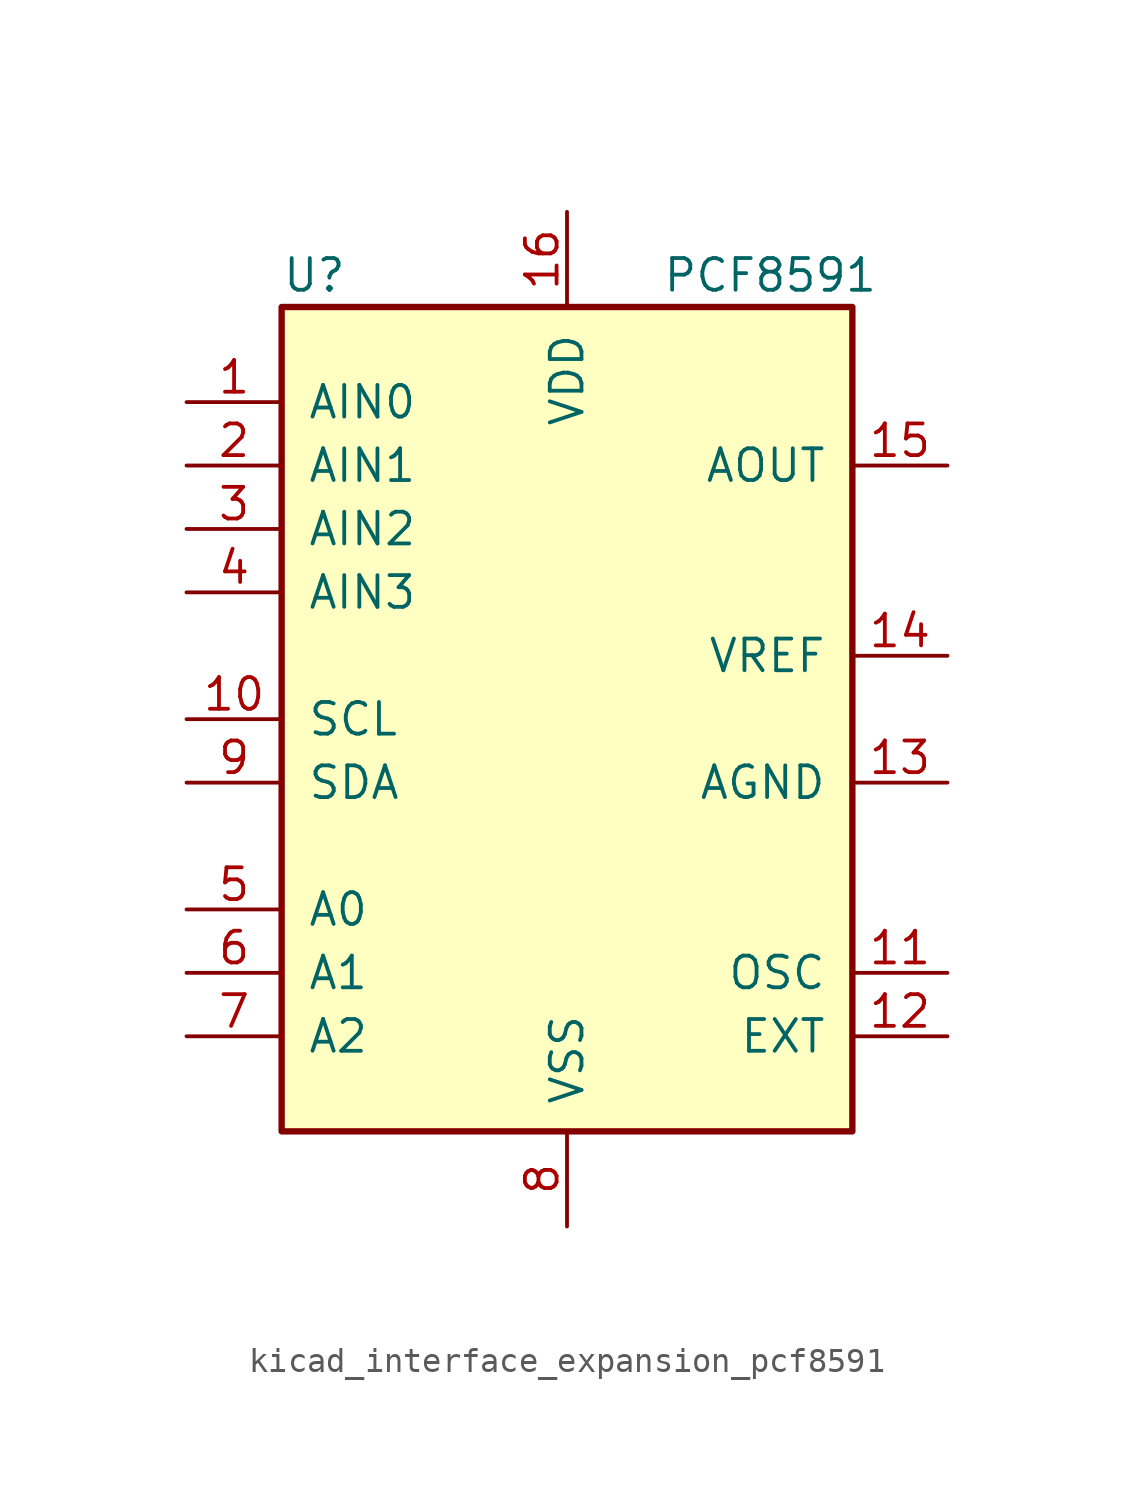
<source format=kicad_sym>
(kicad_symbol_lib
  (version 20220914)
  (generator kicad_symbol_editor)
  (symbol "kicad_interface_expansion_pcf8591"
    (pin_names
      (offset 1.016))
    (property "Reference" "U"
      (at -11.43 17.78 0)
      (effects (font (size 1.27 1.27)) (justify left)))
    (property "Value" "PCF8591"
      (at 3.81 17.78 0)
      (effects (font (size 1.27 1.27)) (justify left)))
    (symbol "kicad_interface_expansion_pcf8591_0_1"
      (rectangle (start -11.43 -16.51) (end 11.43 16.51) (stroke (width 0.254) (type default)) (fill (type background))))
    (symbol "kicad_interface_expansion_pcf8591_1_1"
      (pin passive line (at -15.24 12.7 0) (length 3.81) (name "AIN0" (effects (font (size 1.27 1.27)))) (number "1" (effects (font (size 1.27 1.27)))))
      (pin input line (at -15.24 0 0) (length 3.81) (name "SCL" (effects (font (size 1.27 1.27)))) (number "10" (effects (font (size 1.27 1.27)))))
      (pin bidirectional line (at 15.24 -10.16 180) (length 3.81) (name "OSC" (effects (font (size 1.27 1.27)))) (number "11" (effects (font (size 1.27 1.27)))))
      (pin input line (at 15.24 -12.7 180) (length 3.81) (name "EXT" (effects (font (size 1.27 1.27)))) (number "12" (effects (font (size 1.27 1.27)))))
      (pin power_out line (at 15.24 -2.54 180) (length 3.81) (name "AGND" (effects (font (size 1.27 1.27)))) (number "13" (effects (font (size 1.27 1.27)))))
      (pin passive line (at 15.24 2.54 180) (length 3.81) (name "VREF" (effects (font (size 1.27 1.27)))) (number "14" (effects (font (size 1.27 1.27)))))
      (pin passive line (at 15.24 10.16 180) (length 3.81) (name "AOUT" (effects (font (size 1.27 1.27)))) (number "15" (effects (font (size 1.27 1.27)))))
      (pin power_in line (at 0 20.32 270) (length 3.81) (name "VDD" (effects (font (size 1.27 1.27)))) (number "16" (effects (font (size 1.27 1.27)))))
      (pin passive line (at -15.24 10.16 0) (length 3.81) (name "AIN1" (effects (font (size 1.27 1.27)))) (number "2" (effects (font (size 1.27 1.27)))))
      (pin passive line (at -15.24 7.62 0) (length 3.81) (name "AIN2" (effects (font (size 1.27 1.27)))) (number "3" (effects (font (size 1.27 1.27)))))
      (pin passive line (at -15.24 5.08 0) (length 3.81) (name "AIN3" (effects (font (size 1.27 1.27)))) (number "4" (effects (font (size 1.27 1.27)))))
      (pin input line (at -15.24 -7.62 0) (length 3.81) (name "A0" (effects (font (size 1.27 1.27)))) (number "5" (effects (font (size 1.27 1.27)))))
      (pin input line (at -15.24 -10.16 0) (length 3.81) (name "A1" (effects (font (size 1.27 1.27)))) (number "6" (effects (font (size 1.27 1.27)))))
      (pin input line (at -15.24 -12.7 0) (length 3.81) (name "A2" (effects (font (size 1.27 1.27)))) (number "7" (effects (font (size 1.27 1.27)))))
      (pin power_in line (at 0 -20.32 90) (length 3.81) (name "VSS" (effects (font (size 1.27 1.27)))) (number "8" (effects (font (size 1.27 1.27)))))
      (pin bidirectional line (at -15.24 -2.54 0) (length 3.81) (name "SDA" (effects (font (size 1.27 1.27)))) (number "9" (effects (font (size 1.27 1.27))))))))
</source>
